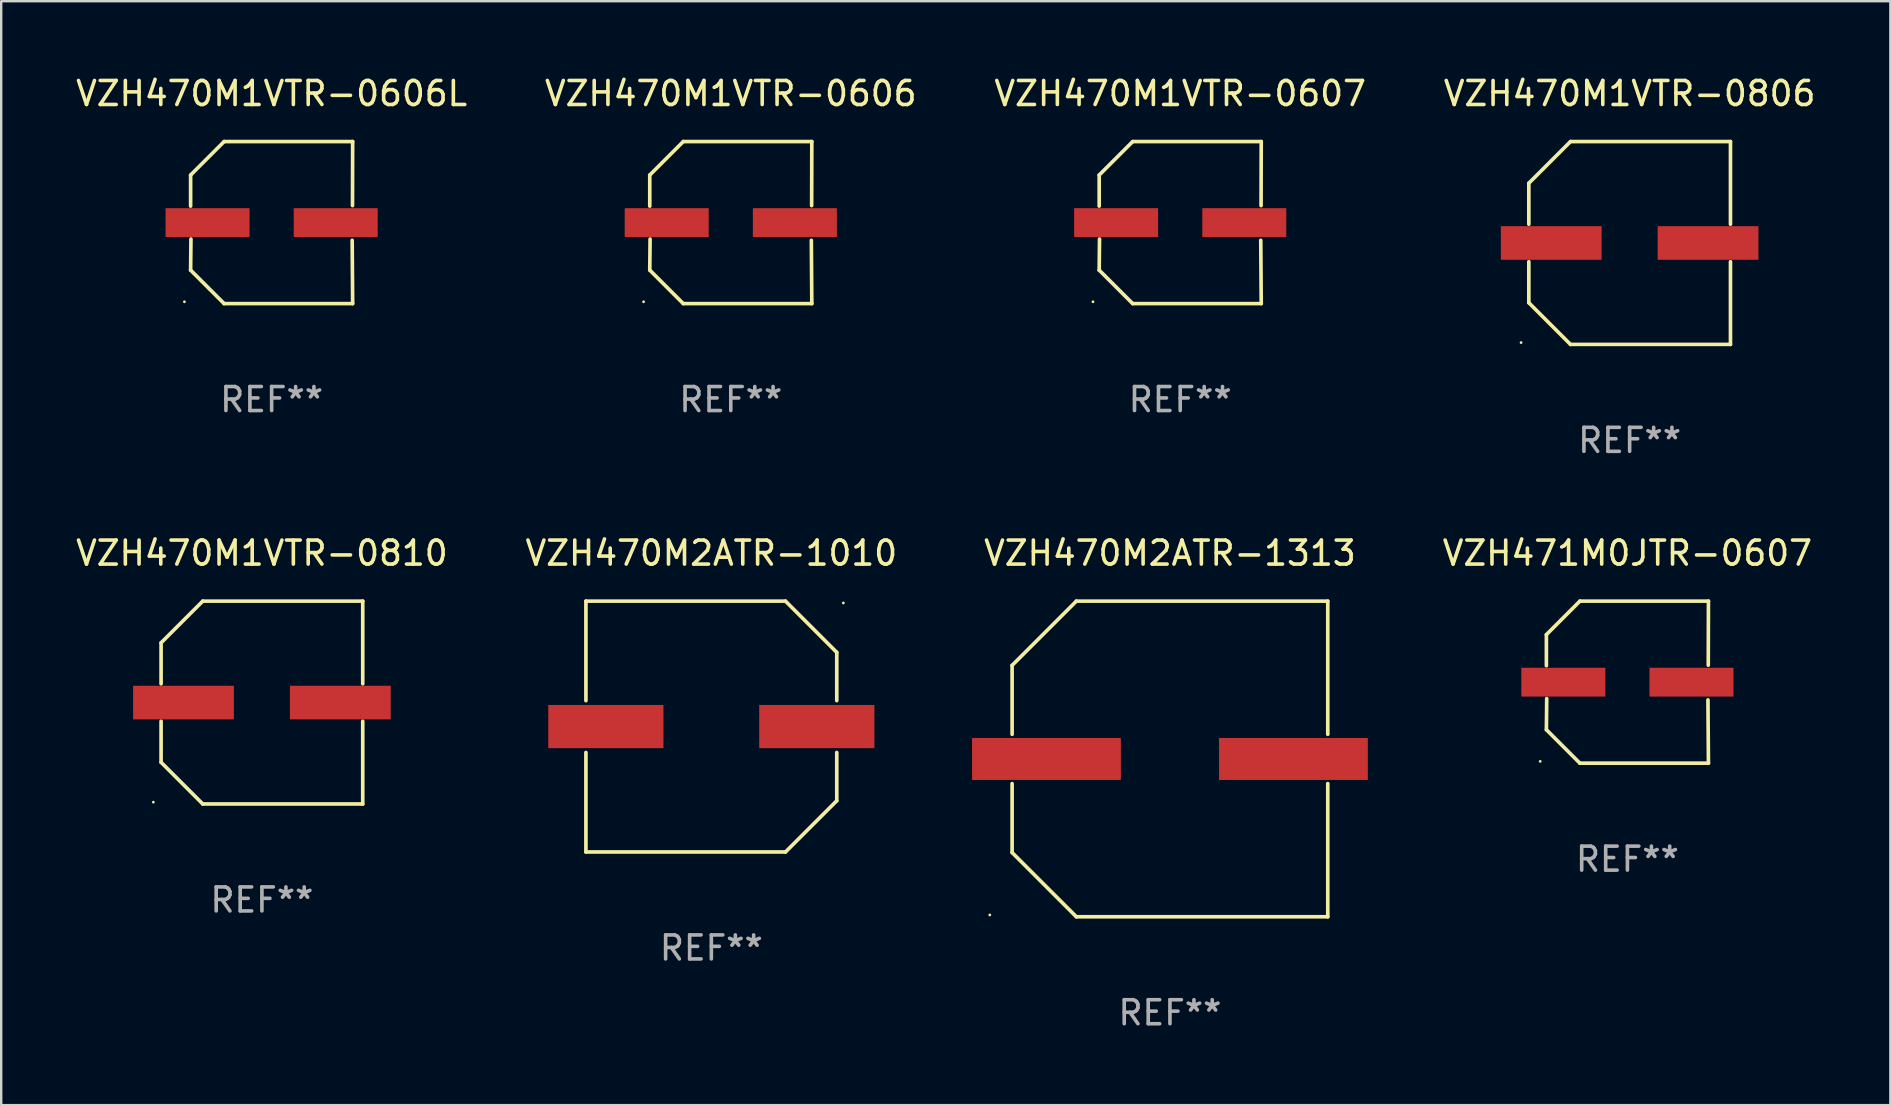
<source format=kicad_pcb>
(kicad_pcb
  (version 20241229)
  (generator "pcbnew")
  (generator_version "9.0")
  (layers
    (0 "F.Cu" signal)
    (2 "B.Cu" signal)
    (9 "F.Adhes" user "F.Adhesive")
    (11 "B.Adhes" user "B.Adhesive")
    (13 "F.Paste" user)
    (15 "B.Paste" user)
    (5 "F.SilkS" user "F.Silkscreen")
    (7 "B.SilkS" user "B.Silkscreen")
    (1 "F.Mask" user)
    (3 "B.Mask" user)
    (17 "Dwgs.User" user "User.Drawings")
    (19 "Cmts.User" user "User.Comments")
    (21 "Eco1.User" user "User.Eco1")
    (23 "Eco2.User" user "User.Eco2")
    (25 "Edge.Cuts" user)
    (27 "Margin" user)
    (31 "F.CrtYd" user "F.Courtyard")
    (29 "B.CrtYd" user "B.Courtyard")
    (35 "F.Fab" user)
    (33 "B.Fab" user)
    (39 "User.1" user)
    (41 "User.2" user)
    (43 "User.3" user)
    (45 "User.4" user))
  (footprint "VZH470M1VTR-0806"
    (layer "F.Cu")
    (at 64.851 7.074)
    (property "Reference" "VZH470M1VTR-0806" (at 0 -6.226 0) (layer "F.SilkS") (effects (font (size 1 1) (thickness 0.15))))
    (attr through_hole)
    (fp_line (start -4.201 -2.49) (end -4.201 -0.782) (stroke (width 0.152) (type solid)) (layer "F.SilkS"))
    (fp_line (start -4.201 2.49) (end -4.201 0.782) (stroke (width 0.152) (type solid)) (layer "F.SilkS"))
    (fp_line (start -2.465 -4.226) (end -4.201 -2.49) (stroke (width 0.152) (type solid)) (layer "F.SilkS"))
    (fp_line (start -2.465 4.226) (end -4.201 2.49) (stroke (width 0.152) (type solid)) (layer "F.SilkS"))
    (fp_line (start 4.201 -4.226) (end -2.465 -4.226) (stroke (width 0.152) (type solid)) (layer "F.SilkS"))
    (fp_line (start 4.201 -0.782) (end 4.201 -4.226) (stroke (width 0.152) (type solid)) (layer "F.SilkS"))
    (fp_line (start 4.201 0.782) (end 4.201 4.226) (stroke (width 0.152) (type solid)) (layer "F.SilkS"))
    (fp_line (start 4.201 4.226) (end -2.465 4.226) (stroke (width 0.152) (type solid)) (layer "F.SilkS"))
    (fp_circle (center -4.524 4.15) (end -4.494 4.15) (stroke (width 0.06) (type solid)) (fill no) (layer "F.SilkS"))
    (fp_text user "REF**" (at 0 8.226 0) (layer "F.Fab") (effects (font (size 1 1) (thickness 0.15))))
    (pad "1" smd rect (at -3.267 0) (size 4.2 1.4) (layers "F.Cu" "F.Mask" "F.Paste"))
    (pad "2" smd rect (at 3.267 0) (size 4.2 1.4) (layers "F.Cu" "F.Mask" "F.Paste")))
  (footprint "VZH470M1VTR-0607"
    (layer "F.Cu")
    (at 46.125 6.224)
    (property "Reference" "VZH470M1VTR-0607" (at 0 -5.376 0) (layer "F.SilkS") (effects (font (size 1 1) (thickness 0.15))))
    (attr through_hole)
    (fp_line (start -3.376 -1.98) (end -3.376 -0.686) (stroke (width 0.152) (type solid)) (layer "F.SilkS"))
    (fp_line (start -3.376 1.981) (end -3.362 0.686) (stroke (width 0.152) (type solid)) (layer "F.SilkS"))
    (fp_line (start -1.981 3.376) (end -3.376 1.981) (stroke (width 0.152) (type solid)) (layer "F.SilkS"))
    (fp_line (start -1.98 -3.376) (end -3.376 -1.98) (stroke (width 0.152) (type solid)) (layer "F.SilkS"))
    (fp_line (start 3.356 0.74) (end 3.376 3.376) (stroke (width 0.152) (type solid)) (layer "F.SilkS"))
    (fp_line (start 3.369 -0.707) (end 3.376 -3.376) (stroke (width 0.152) (type solid)) (layer "F.SilkS"))
    (fp_line (start 3.376 3.376) (end -1.981 3.376) (stroke (width 0.152) (type solid)) (layer "F.SilkS"))
    (fp_line (start 3.376 -3.376) (end -1.98 -3.376) (stroke (width 0.152) (type solid)) (layer "F.SilkS"))
    (fp_circle (center -3.634 3.3) (end -3.604 3.3) (stroke (width 0.06) (type solid)) (fill no) (layer "F.SilkS"))
    (fp_text user "REF**" (at 0 7.376 0) (layer "F.Fab") (effects (font (size 1 1) (thickness 0.15))))
    (pad "1" smd rect (at -2.67 0.000254) (size 3.5 1.2) (layers "F.Cu" "F.Mask" "F.Paste"))
    (pad "2" smd rect (at 2.67 0.000254) (size 3.5 1.2) (layers "F.Cu" "F.Mask" "F.Paste")))
  (footprint "VZH470M1VTR-0810"
    (layer "F.Cu")
    (at 7.863 26.223)
    (property "Reference" "VZH470M1VTR-0810" (at 0 -6.226 0) (layer "F.SilkS") (effects (font (size 1 1) (thickness 0.15))))
    (attr through_hole)
    (fp_line (start -4.201 -2.49) (end -4.201 -0.782) (stroke (width 0.152) (type solid)) (layer "F.SilkS"))
    (fp_line (start -4.201 2.49) (end -4.201 0.782) (stroke (width 0.152) (type solid)) (layer "F.SilkS"))
    (fp_line (start -2.465 -4.226) (end -4.201 -2.49) (stroke (width 0.152) (type solid)) (layer "F.SilkS"))
    (fp_line (start -2.465 4.226) (end -4.201 2.49) (stroke (width 0.152) (type solid)) (layer "F.SilkS"))
    (fp_line (start 4.201 -4.226) (end -2.465 -4.226) (stroke (width 0.152) (type solid)) (layer "F.SilkS"))
    (fp_line (start 4.201 -0.782) (end 4.201 -4.226) (stroke (width 0.152) (type solid)) (layer "F.SilkS"))
    (fp_line (start 4.201 0.782) (end 4.201 4.226) (stroke (width 0.152) (type solid)) (layer "F.SilkS"))
    (fp_line (start 4.201 4.226) (end -2.465 4.226) (stroke (width 0.152) (type solid)) (layer "F.SilkS"))
    (fp_circle (center -4.524 4.15) (end -4.494 4.15) (stroke (width 0.06) (type solid)) (fill no) (layer "F.SilkS"))
    (fp_text user "REF**" (at 0 8.226 0) (layer "F.Fab") (effects (font (size 1 1) (thickness 0.15))))
    (pad "1" smd rect (at -3.267 0) (size 4.2 1.4) (layers "F.Cu" "F.Mask" "F.Paste"))
    (pad "2" smd rect (at 3.267 0) (size 4.2 1.4) (layers "F.Cu" "F.Mask" "F.Paste")))
  (footprint "VZH470M2ATR-1010"
    (layer "F.Cu")
    (at 26.589 27.223)
    (property "Reference" "VZH470M2ATR-1010" (at 0 -7.226 0) (layer "F.SilkS") (effects (font (size 1 1) (thickness 0.15))))
    (attr through_hole)
    (fp_line (start -5.226 -5.226) (end -5.226 -1.08) (stroke (width 0.152) (type solid)) (layer "F.SilkS"))
    (fp_line (start -5.226 -5.226) (end 3.09 -5.226) (stroke (width 0.152) (type solid)) (layer "F.SilkS"))
    (fp_line (start -5.226 1.08) (end -5.226 5.226) (stroke (width 0.152) (type solid)) (layer "F.SilkS"))
    (fp_line (start -5.226 5.226) (end 3.09 5.226) (stroke (width 0.152) (type solid)) (layer "F.SilkS"))
    (fp_line (start 3.09 -5.226) (end 5.226 -3.09) (stroke (width 0.152) (type solid)) (layer "F.SilkS"))
    (fp_line (start 3.09 5.226) (end 5.226 3.09) (stroke (width 0.152) (type solid)) (layer "F.SilkS"))
    (fp_line (start 5.226 -1.08) (end 5.226 -3.09) (stroke (width 0.152) (type solid)) (layer "F.SilkS"))
    (fp_line (start 5.226 3.09) (end 5.226 1.08) (stroke (width 0.152) (type solid)) (layer "F.SilkS"))
    (fp_circle (center 5.5 -5.15) (end 5.53 -5.15) (stroke (width 0.06) (type solid)) (fill no) (layer "F.SilkS"))
    (fp_text user "REF**" (at 0 9.226 0) (layer "F.Fab") (effects (font (size 1 1) (thickness 0.15))))
    (pad "1" smd rect (at 4.395 0 180) (size 4.8 1.8) (layers "F.Cu" "F.Mask" "F.Paste"))
    (pad "2" smd rect (at -4.395 0 180) (size 4.8 1.8) (layers "F.Cu" "F.Mask" "F.Paste")))
  (footprint "VZH471M0JTR-0607"
    (layer "F.Cu")
    (at 64.758 25.373)
    (property "Reference" "VZH471M0JTR-0607" (at 0 -5.376 0) (layer "F.SilkS") (effects (font (size 1 1) (thickness 0.15))))
    (attr through_hole)
    (fp_line (start -3.376 -1.98) (end -3.376 -0.686) (stroke (width 0.152) (type solid)) (layer "F.SilkS"))
    (fp_line (start -3.376 1.981) (end -3.362 0.686) (stroke (width 0.152) (type solid)) (layer "F.SilkS"))
    (fp_line (start -1.981 3.376) (end -3.376 1.981) (stroke (width 0.152) (type solid)) (layer "F.SilkS"))
    (fp_line (start -1.98 -3.376) (end -3.376 -1.98) (stroke (width 0.152) (type solid)) (layer "F.SilkS"))
    (fp_line (start 3.356 0.74) (end 3.376 3.376) (stroke (width 0.152) (type solid)) (layer "F.SilkS"))
    (fp_line (start 3.369 -0.707) (end 3.376 -3.376) (stroke (width 0.152) (type solid)) (layer "F.SilkS"))
    (fp_line (start 3.376 3.376) (end -1.981 3.376) (stroke (width 0.152) (type solid)) (layer "F.SilkS"))
    (fp_line (start 3.376 -3.376) (end -1.98 -3.376) (stroke (width 0.152) (type solid)) (layer "F.SilkS"))
    (fp_circle (center -3.634 3.3) (end -3.604 3.3) (stroke (width 0.06) (type solid)) (fill no) (layer "F.SilkS"))
    (fp_text user "REF**" (at 0 7.376 0) (layer "F.Fab") (effects (font (size 1 1) (thickness 0.15))))
    (pad "1" smd rect (at -2.67 0.000254) (size 3.5 1.2) (layers "F.Cu" "F.Mask" "F.Paste"))
    (pad "2" smd rect (at 2.67 0.000254) (size 3.5 1.2) (layers "F.Cu" "F.Mask" "F.Paste")))
  (footprint "VZH470M2ATR-1313"
    (layer "F.Cu")
    (at 45.697 28.573)
    (property "Reference" "VZH470M2ATR-1313" (at 0 -8.576 0) (layer "F.SilkS") (effects (font (size 1 1) (thickness 0.15))))
    (attr through_hole)
    (fp_line (start -6.576 -3.9) (end -6.576 -1.027) (stroke (width 0.152) (type solid)) (layer "F.SilkS"))
    (fp_line (start -6.576 3.9) (end -6.576 1.027) (stroke (width 0.152) (type solid)) (layer "F.SilkS"))
    (fp_line (start -3.9 -6.576) (end -6.576 -3.9) (stroke (width 0.152) (type solid)) (layer "F.SilkS"))
    (fp_line (start -3.9 6.576) (end -6.576 3.9) (stroke (width 0.152) (type solid)) (layer "F.SilkS"))
    (fp_line (start 6.576 -6.576) (end -3.9 -6.576) (stroke (width 0.152) (type solid)) (layer "F.SilkS"))
    (fp_line (start 6.576 -1.027) (end 6.576 -6.576) (stroke (width 0.152) (type solid)) (layer "F.SilkS"))
    (fp_line (start 6.576 1.027) (end 6.576 6.576) (stroke (width 0.152) (type solid)) (layer "F.SilkS"))
    (fp_line (start 6.576 6.576) (end -3.9 6.576) (stroke (width 0.152) (type solid)) (layer "F.SilkS"))
    (fp_circle (center -7.506 6.5) (end -7.476 6.5) (stroke (width 0.06) (type solid)) (fill no) (layer "F.SilkS"))
    (fp_text user "REF**" (at 0 10.576 0) (layer "F.Fab") (effects (font (size 1 1) (thickness 0.15))))
    (pad "1" smd rect (at -5.145 0) (size 6.2 1.75) (layers "F.Cu" "F.Mask" "F.Paste"))
    (pad "2" smd rect (at 5.145 0) (size 6.2 1.75) (layers "F.Cu" "F.Mask" "F.Paste")))
  (footprint "VZH470M1VTR-0606"
    (layer "F.Cu")
    (at 27.399 6.224)
    (property "Reference" "VZH470M1VTR-0606" (at 0 -5.376 0) (layer "F.SilkS") (effects (font (size 1 1) (thickness 0.15))))
    (attr through_hole)
    (fp_line (start -3.376 -1.98) (end -3.376 -0.686) (stroke (width 0.152) (type solid)) (layer "F.SilkS"))
    (fp_line (start -3.376 1.981) (end -3.362 0.686) (stroke (width 0.152) (type solid)) (layer "F.SilkS"))
    (fp_line (start -1.981 3.376) (end -3.376 1.981) (stroke (width 0.152) (type solid)) (layer "F.SilkS"))
    (fp_line (start -1.98 -3.376) (end -3.376 -1.98) (stroke (width 0.152) (type solid)) (layer "F.SilkS"))
    (fp_line (start 3.356 0.74) (end 3.376 3.376) (stroke (width 0.152) (type solid)) (layer "F.SilkS"))
    (fp_line (start 3.369 -0.707) (end 3.376 -3.376) (stroke (width 0.152) (type solid)) (layer "F.SilkS"))
    (fp_line (start 3.376 3.376) (end -1.981 3.376) (stroke (width 0.152) (type solid)) (layer "F.SilkS"))
    (fp_line (start 3.376 -3.376) (end -1.98 -3.376) (stroke (width 0.152) (type solid)) (layer "F.SilkS"))
    (fp_circle (center -3.634 3.3) (end -3.604 3.3) (stroke (width 0.06) (type solid)) (fill no) (layer "F.SilkS"))
    (fp_text user "REF**" (at 0 7.376 0) (layer "F.Fab") (effects (font (size 1 1) (thickness 0.15))))
    (pad "1" smd rect (at -2.67 0.000254) (size 3.5 1.2) (layers "F.Cu" "F.Mask" "F.Paste"))
    (pad "2" smd rect (at 2.67 0.000254) (size 3.5 1.2) (layers "F.Cu" "F.Mask" "F.Paste")))
  (footprint "VZH470M1VTR-0606L"
    (layer "F.Cu")
    (at 8.268 6.224)
    (property "Reference" "VZH470M1VTR-0606L" (at 0 -5.376 0) (layer "F.SilkS") (effects (font (size 1 1) (thickness 0.15))))
    (attr through_hole)
    (fp_line (start -3.376 -1.98) (end -3.376 -0.686) (stroke (width 0.152) (type solid)) (layer "F.SilkS"))
    (fp_line (start -3.376 1.981) (end -3.362 0.686) (stroke (width 0.152) (type solid)) (layer "F.SilkS"))
    (fp_line (start -1.981 3.376) (end -3.376 1.981) (stroke (width 0.152) (type solid)) (layer "F.SilkS"))
    (fp_line (start -1.98 -3.376) (end -3.376 -1.98) (stroke (width 0.152) (type solid)) (layer "F.SilkS"))
    (fp_line (start 3.356 0.74) (end 3.376 3.376) (stroke (width 0.152) (type solid)) (layer "F.SilkS"))
    (fp_line (start 3.369 -0.707) (end 3.376 -3.376) (stroke (width 0.152) (type solid)) (layer "F.SilkS"))
    (fp_line (start 3.376 3.376) (end -1.981 3.376) (stroke (width 0.152) (type solid)) (layer "F.SilkS"))
    (fp_line (start 3.376 -3.376) (end -1.98 -3.376) (stroke (width 0.152) (type solid)) (layer "F.SilkS"))
    (fp_circle (center -3.634 3.3) (end -3.604 3.3) (stroke (width 0.06) (type solid)) (fill no) (layer "F.SilkS"))
    (fp_text user "REF**" (at 0 7.376 0) (layer "F.Fab") (effects (font (size 1 1) (thickness 0.15))))
    (pad "1" smd rect (at -2.67 0.000254) (size 3.5 1.2) (layers "F.Cu" "F.Mask" "F.Paste"))
    (pad "2" smd rect (at 2.67 0.000254) (size 3.5 1.2) (layers "F.Cu" "F.Mask" "F.Paste")))
  (gr_rect
    (start -3 -3)
    (end 75.714 42.998)
    (stroke (width 0.1) (type default))
    (fill no)
    (layer "Edge.Cuts")))
</source>
